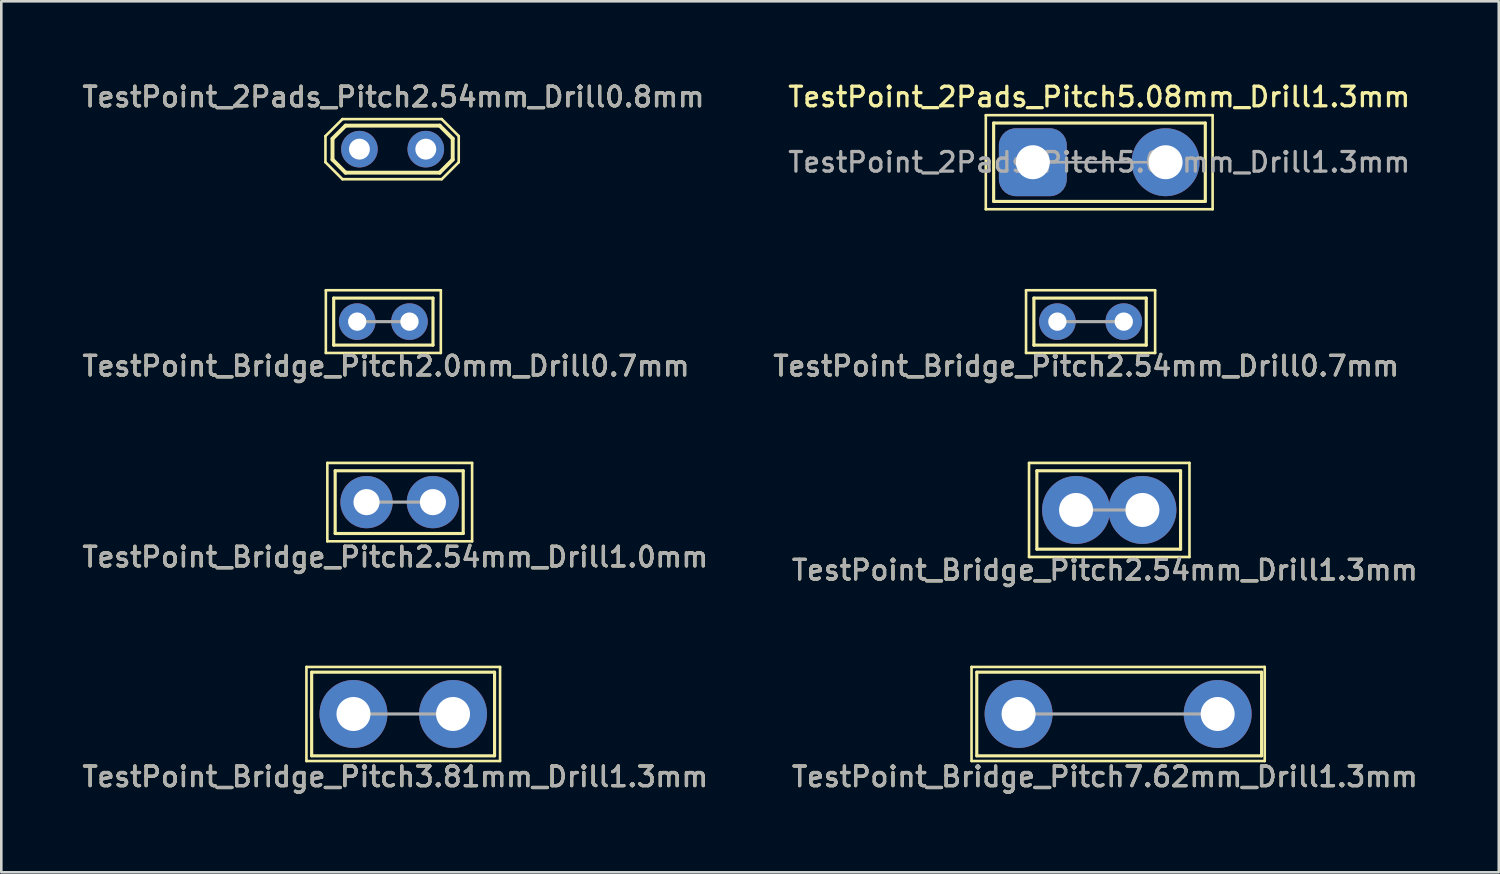
<source format=kicad_pcb>
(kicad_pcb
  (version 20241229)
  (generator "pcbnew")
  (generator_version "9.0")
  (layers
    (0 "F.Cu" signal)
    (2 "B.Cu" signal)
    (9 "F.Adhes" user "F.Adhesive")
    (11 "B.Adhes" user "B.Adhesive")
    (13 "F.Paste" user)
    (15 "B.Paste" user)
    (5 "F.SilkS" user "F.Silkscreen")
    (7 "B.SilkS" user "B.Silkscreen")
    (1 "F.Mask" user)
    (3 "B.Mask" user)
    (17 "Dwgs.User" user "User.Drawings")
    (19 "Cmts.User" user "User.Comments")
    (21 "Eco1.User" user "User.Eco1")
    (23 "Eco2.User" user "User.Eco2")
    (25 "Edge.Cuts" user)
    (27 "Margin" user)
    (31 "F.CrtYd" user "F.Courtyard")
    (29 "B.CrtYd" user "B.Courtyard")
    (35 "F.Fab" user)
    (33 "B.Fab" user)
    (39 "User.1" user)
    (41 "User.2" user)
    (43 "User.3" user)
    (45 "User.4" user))
  (footprint "TestPoint_Bridge_Pitch2.54mm_Drill1.3mm"
    (layer "F.Cu")
    (at 38.13 16.466)
    (property "Reference" "TestPoint_Bridge_Pitch2.54mm_Drill1.3mm" (at 1.1 2.3 0) (layer "F.SilkS") (effects (font (size 0.75 0.75) (thickness 0.125))))
    (attr through_hole)
    (fp_line (start -1.8 -1.8) (end -1.8 1.8) (stroke (width 0.1) (type solid)) (layer "F.SilkS"))
    (fp_line (start -1.8 -1.8) (end 4.34 -1.8) (stroke (width 0.1) (type solid)) (layer "F.SilkS"))
    (fp_line (start -1.5 -1.5) (end -1.5 1.5) (stroke (width 0.12) (type solid)) (layer "F.SilkS"))
    (fp_line (start -1.5 1.5) (end 4 1.5) (stroke (width 0.12) (type solid)) (layer "F.SilkS"))
    (fp_line (start 4 -1.5) (end -1.5 -1.5) (stroke (width 0.12) (type solid)) (layer "F.SilkS"))
    (fp_line (start 4 1.5) (end 4 -1.5) (stroke (width 0.12) (type solid)) (layer "F.SilkS"))
    (fp_line (start 4.34 1.8) (end -1.8 1.8) (stroke (width 0.1) (type solid)) (layer "F.SilkS"))
    (fp_line (start 4.34 1.8) (end 4.34 -1.8) (stroke (width 0.1) (type solid)) (layer "F.SilkS"))
    (fp_line (start 2.54 0) (end 0 0) (stroke (width 0.12) (type solid)) (layer "F.Fab"))
    (fp_text user "${REFERENCE}" (at 1.1 2.3 0) (layer "F.Fab") (effects (font (size 0.75 0.75) (thickness 0.125))))
    (pad "1" thru_hole circle (at 0 0) (size 2.6 2.6) (drill 1.3) (layers "*.Cu" "*.Mask"))
    (pad "1" thru_hole circle (at 2.54 0) (size 2.6 2.6) (drill 1.3) (layers "*.Cu" "*.Mask")))
  (footprint "TestPoint_2Pads_Pitch2.54mm_Drill0.8mm"
    (layer "F.Cu")
    (at 10.705 2.658)
    (property "Reference" "TestPoint_2Pads_Pitch2.54mm_Drill0.8mm" (at 1.3 -2 0) (layer "F.SilkS") (effects (font (size 0.75 0.75) (thickness 0.125))))
    (attr exclude_from_pos_files exclude_from_bom)
    (fp_line (start -1.3 -0.5) (end -1.3 0.5) (stroke (width 0.1) (type solid)) (layer "F.SilkS"))
    (fp_line (start -1.3 0.5) (end -0.65 1.15) (stroke (width 0.1) (type solid)) (layer "F.SilkS"))
    (fp_line (start -1.03 -0.4) (end -0.53 -0.9) (stroke (width 0.15) (type solid)) (layer "F.SilkS"))
    (fp_line (start -1.03 0.4) (end -1.03 -0.4) (stroke (width 0.15) (type solid)) (layer "F.SilkS"))
    (fp_line (start -0.65 -1.15) (end -1.3 -0.5) (stroke (width 0.1) (type solid)) (layer "F.SilkS"))
    (fp_line (start -0.65 1.15) (end 3.15 1.15) (stroke (width 0.1) (type solid)) (layer "F.SilkS"))
    (fp_line (start -0.53 -0.9) (end 3.07 -0.9) (stroke (width 0.15) (type solid)) (layer "F.SilkS"))
    (fp_line (start -0.53 0.9) (end -1.03 0.4) (stroke (width 0.15) (type solid)) (layer "F.SilkS"))
    (fp_line (start 3.07 -0.9) (end 3.57 -0.4) (stroke (width 0.15) (type solid)) (layer "F.SilkS"))
    (fp_line (start 3.07 0.9) (end -0.53 0.9) (stroke (width 0.15) (type solid)) (layer "F.SilkS"))
    (fp_line (start 3.15 -1.15) (end -0.65 -1.15) (stroke (width 0.1) (type solid)) (layer "F.SilkS"))
    (fp_line (start 3.15 1.15) (end 3.8 0.5) (stroke (width 0.1) (type solid)) (layer "F.SilkS"))
    (fp_line (start 3.57 -0.4) (end 3.57 0.4) (stroke (width 0.15) (type solid)) (layer "F.SilkS"))
    (fp_line (start 3.57 0.4) (end 3.07 0.9) (stroke (width 0.15) (type solid)) (layer "F.SilkS"))
    (fp_line (start 3.8 -0.5) (end 3.15 -1.15) (stroke (width 0.1) (type solid)) (layer "F.SilkS"))
    (fp_line (start 3.8 0.5) (end 3.8 -0.5) (stroke (width 0.1) (type solid)) (layer "F.SilkS"))
    (fp_text user "${REFERENCE}" (at 1.3 -2 0) (layer "F.Fab") (effects (font (size 0.75 0.75) (thickness 0.125))))
    (pad "1" thru_hole circle (at 0 0) (size 1.4 1.4) (drill 0.8) (layers "*.Cu" "*.Mask"))
    (pad "2" thru_hole circle (at 2.54 0) (size 1.4 1.4) (drill 0.8) (layers "*.Cu" "*.Mask")))
  (footprint "TestPoint_Bridge_Pitch2.54mm_Drill0.7mm"
    (layer "F.Cu")
    (at 37.416 9.258)
    (property "Reference" "TestPoint_Bridge_Pitch2.54mm_Drill0.7mm" (at 1.1 1.7 0) (layer "F.SilkS") (effects (font (size 0.75 0.75) (thickness 0.125))))
    (attr through_hole)
    (fp_line (start -1.2 -1.2) (end -1.2 1.2) (stroke (width 0.1) (type solid)) (layer "F.SilkS"))
    (fp_line (start -1.2 -1.2) (end 3.74 -1.2) (stroke (width 0.1) (type solid)) (layer "F.SilkS"))
    (fp_line (start -0.9 -0.9) (end -0.9 0.9) (stroke (width 0.12) (type solid)) (layer "F.SilkS"))
    (fp_line (start -0.9 -0.9) (end 3.4 -0.9) (stroke (width 0.12) (type solid)) (layer "F.SilkS"))
    (fp_line (start 3.4 0.9) (end -0.9 0.9) (stroke (width 0.12) (type solid)) (layer "F.SilkS"))
    (fp_line (start 3.4 0.9) (end 3.4 -0.9) (stroke (width 0.12) (type solid)) (layer "F.SilkS"))
    (fp_line (start 3.74 1.2) (end -1.2 1.2) (stroke (width 0.1) (type solid)) (layer "F.SilkS"))
    (fp_line (start 3.74 1.2) (end 3.74 -1.2) (stroke (width 0.1) (type solid)) (layer "F.SilkS"))
    (fp_line (start 2.54 0) (end 0 0) (stroke (width 0.12) (type solid)) (layer "F.Fab"))
    (fp_text user "${REFERENCE}" (at 1.1 1.7 0) (layer "F.Fab") (effects (font (size 0.75 0.75) (thickness 0.125))))
    (pad "1" thru_hole circle (at 0 0) (size 1.4 1.4) (drill 0.7) (layers "*.Cu" "*.Mask"))
    (pad "1" thru_hole circle (at 2.54 0) (size 1.4 1.4) (drill 0.7) (layers "*.Cu" "*.Mask")))
  (footprint "TestPoint_Bridge_Pitch3.81mm_Drill1.3mm"
    (layer "F.Cu")
    (at 10.477 24.274)
    (property "Reference" "TestPoint_Bridge_Pitch3.81mm_Drill1.3mm" (at 1.6 2.4 0) (layer "F.SilkS") (effects (font (size 0.75 0.75) (thickness 0.125))))
    (attr through_hole)
    (fp_line (start -1.8 -1.8) (end -1.8 1.8) (stroke (width 0.1) (type solid)) (layer "F.SilkS"))
    (fp_line (start -1.8 -1.8) (end 5.61 -1.8) (stroke (width 0.1) (type solid)) (layer "F.SilkS"))
    (fp_line (start -1.6 -1.6) (end 5.4 -1.6) (stroke (width 0.12) (type solid)) (layer "F.SilkS"))
    (fp_line (start -1.6 1.6) (end -1.6 -1.6) (stroke (width 0.12) (type solid)) (layer "F.SilkS"))
    (fp_line (start 5.4 -1.6) (end 5.4 1.6) (stroke (width 0.12) (type solid)) (layer "F.SilkS"))
    (fp_line (start 5.4 1.6) (end -1.6 1.6) (stroke (width 0.12) (type solid)) (layer "F.SilkS"))
    (fp_line (start 5.61 1.8) (end -1.8 1.8) (stroke (width 0.1) (type solid)) (layer "F.SilkS"))
    (fp_line (start 5.61 1.8) (end 5.61 -1.8) (stroke (width 0.1) (type solid)) (layer "F.SilkS"))
    (fp_line (start 3.81 0) (end 0 0) (stroke (width 0.12) (type solid)) (layer "F.Fab"))
    (fp_text user "${REFERENCE}" (at 1.6 2.4 0) (layer "F.Fab") (effects (font (size 0.75 0.75) (thickness 0.125))))
    (pad "1" thru_hole circle (at 0 0) (size 2.6 2.6) (drill 1.3) (layers "*.Cu" "*.Mask"))
    (pad "1" thru_hole circle (at 3.81 0) (size 2.6 2.6) (drill 1.3) (layers "*.Cu" "*.Mask")))
  (footprint "TestPoint_2Pads_Pitch5.08mm_Drill1.3mm"
    (layer "F.Cu")
    (at 36.476 3.158)
    (property "Reference" "TestPoint_2Pads_Pitch5.08mm_Drill1.3mm" (at 2.54 -2.5 0) (layer "F.SilkS") (effects (font (size 0.75 0.75) (thickness 0.125))))
    (attr exclude_from_pos_files exclude_from_bom)
    (fp_line (start -1.8 -1.8) (end -1.8 1.8) (stroke (width 0.1) (type solid)) (layer "F.SilkS"))
    (fp_line (start -1.8 -1.8) (end 6.88 -1.8) (stroke (width 0.1) (type solid)) (layer "F.SilkS"))
    (fp_line (start -1.5 -1.5) (end -1.5 1.5) (stroke (width 0.12) (type solid)) (layer "F.SilkS"))
    (fp_line (start -1.5 -1.5) (end 6.6 -1.5) (stroke (width 0.12) (type solid)) (layer "F.SilkS"))
    (fp_line (start 6.6 1.5) (end -1.5 1.5) (stroke (width 0.12) (type solid)) (layer "F.SilkS"))
    (fp_line (start 6.6 1.5) (end 6.6 -1.5) (stroke (width 0.12) (type solid)) (layer "F.SilkS"))
    (fp_line (start 6.88 1.8) (end -1.8 1.8) (stroke (width 0.1) (type solid)) (layer "F.SilkS"))
    (fp_line (start 6.88 1.8) (end 6.88 -1.8) (stroke (width 0.1) (type solid)) (layer "F.SilkS"))
    (fp_line (start 5.08 0) (end 0 0) (stroke (width 0.1) (type solid)) (layer "F.Fab"))
    (fp_text user "${REFERENCE}" (at 2.54 0 0) (layer "F.Fab") (effects (font (size 0.75 0.75) (thickness 0.125))))
    (pad "1" thru_hole roundrect (at 0 0) (size 2.6 2.6) (drill 1.3) (layers "*.Cu" "*.Mask") (roundrect_rratio 0.25))
    (pad "2" thru_hole circle (at 5.08 0) (size 2.6 2.6) (drill 1.3) (layers "*.Cu" "*.Mask")))
  (footprint "TestPoint_Bridge_Pitch7.62mm_Drill1.3mm"
    (layer "F.Cu")
    (at 35.93 24.274)
    (property "Reference" "TestPoint_Bridge_Pitch7.62mm_Drill1.3mm" (at 3.3 2.4 0) (layer "F.SilkS") (effects (font (size 0.75 0.75) (thickness 0.125))))
    (attr through_hole)
    (fp_line (start -1.8 -1.8) (end -1.8 1.8) (stroke (width 0.1) (type solid)) (layer "F.SilkS"))
    (fp_line (start -1.8 -1.8) (end 9.42 -1.8) (stroke (width 0.1) (type solid)) (layer "F.SilkS"))
    (fp_line (start -1.6 -1.6) (end 9.3 -1.6) (stroke (width 0.12) (type solid)) (layer "F.SilkS"))
    (fp_line (start -1.6 1.6) (end -1.6 -1.6) (stroke (width 0.12) (type solid)) (layer "F.SilkS"))
    (fp_line (start 9.3 -1.6) (end 9.3 1.6) (stroke (width 0.12) (type solid)) (layer "F.SilkS"))
    (fp_line (start 9.3 1.6) (end -1.6 1.6) (stroke (width 0.12) (type solid)) (layer "F.SilkS"))
    (fp_line (start 9.42 1.8) (end -1.8 1.8) (stroke (width 0.1) (type solid)) (layer "F.SilkS"))
    (fp_line (start 9.42 1.8) (end 9.42 -1.8) (stroke (width 0.1) (type solid)) (layer "F.SilkS"))
    (fp_line (start 7.62 0) (end 0 0) (stroke (width 0.12) (type solid)) (layer "F.Fab"))
    (fp_text user "${REFERENCE}" (at 3.3 2.4 0) (layer "F.Fab") (effects (font (size 0.75 0.75) (thickness 0.125))))
    (pad "1" thru_hole circle (at 0 0) (size 2.6 2.6) (drill 1.3) (layers "*.Cu" "*.Mask"))
    (pad "1" thru_hole circle (at 7.62 0) (size 2.6 2.6) (drill 1.3) (layers "*.Cu" "*.Mask")))
  (footprint "TestPoint_Bridge_Pitch2.54mm_Drill1.0mm"
    (layer "F.Cu")
    (at 10.977 16.166)
    (property "Reference" "TestPoint_Bridge_Pitch2.54mm_Drill1.0mm" (at 1.1 2.1 0) (layer "F.SilkS") (effects (font (size 0.75 0.75) (thickness 0.125))))
    (attr through_hole)
    (fp_line (start -1.5 -1.5) (end -1.5 1.5) (stroke (width 0.1) (type solid)) (layer "F.SilkS"))
    (fp_line (start -1.5 -1.5) (end 4.04 -1.5) (stroke (width 0.1) (type solid)) (layer "F.SilkS"))
    (fp_line (start -1.2 -1.2) (end -1.2 1.2) (stroke (width 0.12) (type solid)) (layer "F.SilkS"))
    (fp_line (start -1.2 1.2) (end 3.7 1.2) (stroke (width 0.12) (type solid)) (layer "F.SilkS"))
    (fp_line (start 3.7 -1.2) (end -1.2 -1.2) (stroke (width 0.12) (type solid)) (layer "F.SilkS"))
    (fp_line (start 3.7 1.2) (end 3.7 -1.2) (stroke (width 0.12) (type solid)) (layer "F.SilkS"))
    (fp_line (start 4.04 1.5) (end -1.5 1.5) (stroke (width 0.1) (type solid)) (layer "F.SilkS"))
    (fp_line (start 4.04 1.5) (end 4.04 -1.5) (stroke (width 0.1) (type solid)) (layer "F.SilkS"))
    (fp_line (start 2.54 0) (end 0 0) (stroke (width 0.12) (type solid)) (layer "F.Fab"))
    (fp_text user "${REFERENCE}" (at 1.1 2.1 0) (layer "F.Fab") (effects (font (size 0.75 0.75) (thickness 0.125))))
    (pad "1" thru_hole circle (at 0 0) (size 2 2) (drill 1) (layers "*.Cu" "*.Mask"))
    (pad "1" thru_hole circle (at 2.54 0) (size 2 2) (drill 1) (layers "*.Cu" "*.Mask")))
  (footprint "TestPoint_Bridge_Pitch2.0mm_Drill0.7mm"
    (layer "F.Cu")
    (at 10.62 9.258)
    (property "Reference" "TestPoint_Bridge_Pitch2.0mm_Drill0.7mm" (at 1.1 1.7 0) (layer "F.SilkS") (effects (font (size 0.75 0.75) (thickness 0.125))))
    (attr through_hole)
    (fp_line (start -1.2 1.2) (end -1.2 -1.2) (stroke (width 0.1) (type solid)) (layer "F.SilkS"))
    (fp_line (start -1.2 1.2) (end 3.2 1.2) (stroke (width 0.1) (type solid)) (layer "F.SilkS"))
    (fp_line (start -0.9 -0.9) (end -0.9 0.9) (stroke (width 0.12) (type solid)) (layer "F.SilkS"))
    (fp_line (start -0.9 0.9) (end 2.9 0.9) (stroke (width 0.12) (type solid)) (layer "F.SilkS"))
    (fp_line (start 2.9 -0.9) (end -0.9 -0.9) (stroke (width 0.12) (type solid)) (layer "F.SilkS"))
    (fp_line (start 2.9 0.9) (end 2.9 -0.9) (stroke (width 0.12) (type solid)) (layer "F.SilkS"))
    (fp_line (start 3.2 -1.2) (end -1.2 -1.2) (stroke (width 0.1) (type solid)) (layer "F.SilkS"))
    (fp_line (start 3.2 -1.2) (end 3.2 1.2) (stroke (width 0.1) (type solid)) (layer "F.SilkS"))
    (fp_line (start 2 0) (end 0 0) (stroke (width 0.12) (type solid)) (layer "F.Fab"))
    (fp_text user "${REFERENCE}" (at 1.1 1.7 0) (layer "F.Fab") (effects (font (size 0.75 0.75) (thickness 0.125))))
    (pad "1" thru_hole circle (at 0 0) (size 1.4 1.4) (drill 0.7) (layers "*.Cu" "*.Mask"))
    (pad "1" thru_hole circle (at 2 0) (size 1.4 1.4) (drill 0.7) (layers "*.Cu" "*.Mask")))
  (gr_rect
    (start -3 -3)
    (end 54.307 30.332)
    (stroke (width 0.1) (type default))
    (fill no)
    (layer "Edge.Cuts")))
</source>
